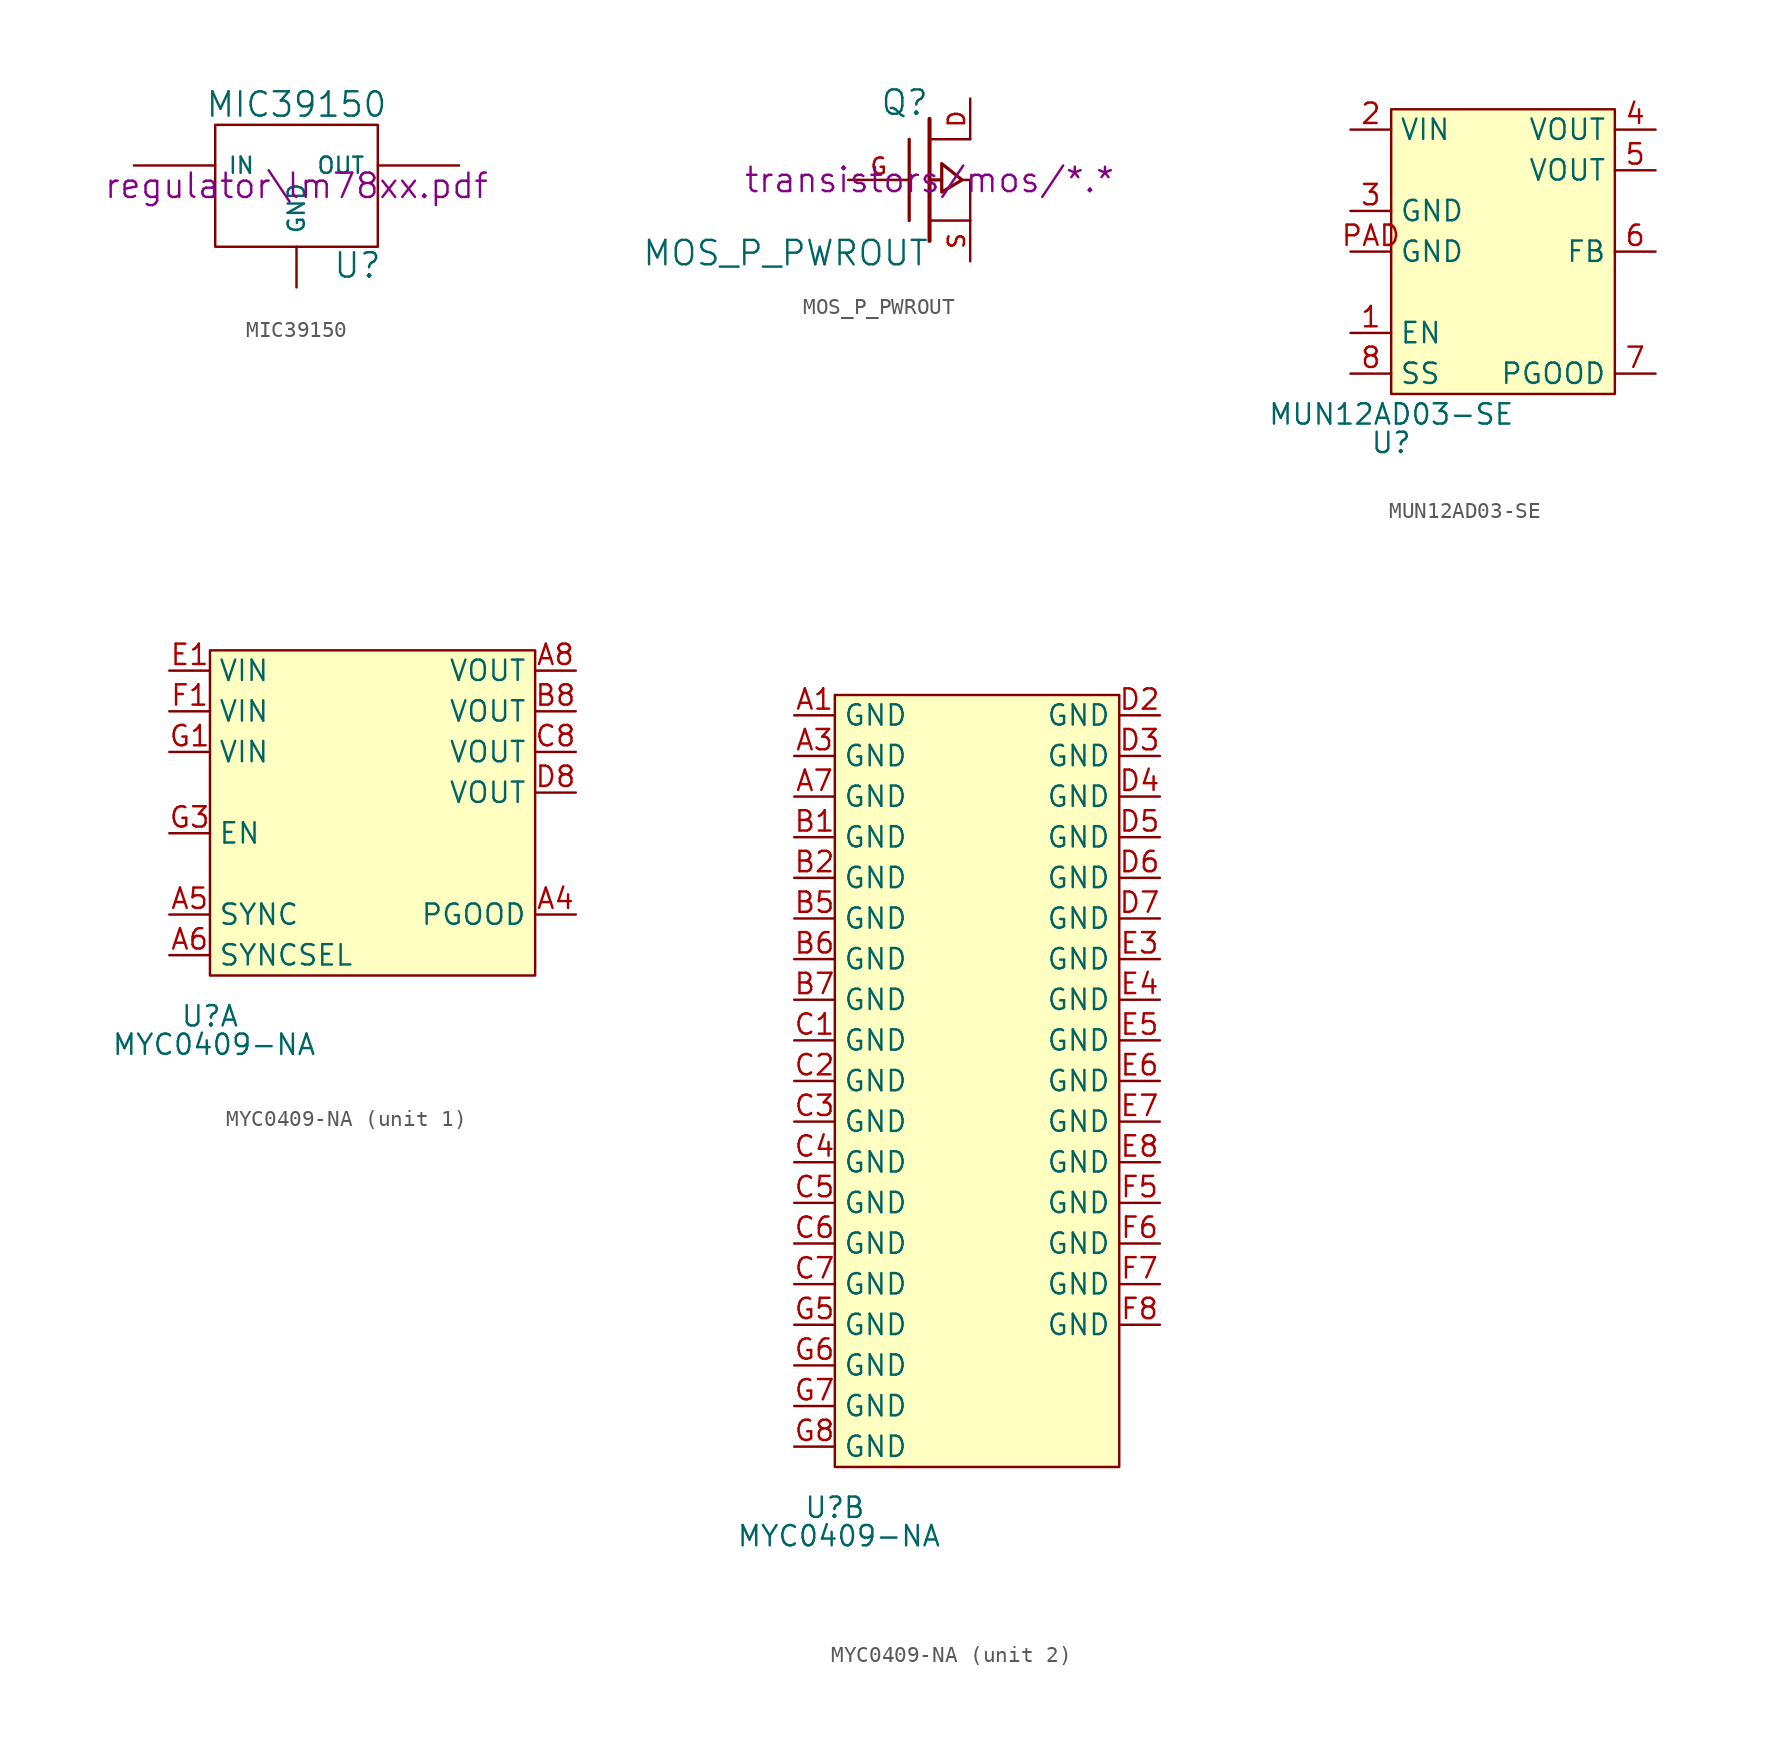
<source format=kicad_sym>
(kicad_symbol_lib
  (version 20231120)
  (generator "kicad_symbol_editor")
  (generator_version "8.0")
  (symbol "MIC39150"
    (pin_numbers hide)
    (pin_names
      (offset 0.762))
    (property "Reference" "U"
      (at 3.81 -4.978 0)
      (effects (font (size 1.524 1.524))))
    (property "Value" "MIC39150"
      (at 0 5.08 0)
      (effects (font (size 1.524 1.524))))
    (property "Footprint" ""
      (at 0 0 0)
      (effects (font (size 1.524 1.524))))
    (property "Datasheet" "regulator\\lm78xx.pdf"
      (at 0 0 0)
      (effects (font (size 1.524 1.524))))
    (symbol "MIC39150_0_1"
      (rectangle (start -5.08 -3.81) (end 5.08 3.81) (stroke (width 0) (type default)) (fill (type none))))
    (symbol "MIC39150_1_1"
      (pin input line (at -10.16 1.27 0) (length 5.08) (name "IN" (effects (font (size 1.016 1.016)))) (number "1" (effects (font (size 1.016 1.016)))))
      (pin input line (at 0 -6.35 90) (length 2.54) (name "GND" (effects (font (size 1.016 1.016)))) (number "2" (effects (font (size 1.016 1.016)))))
      (pin power_out line (at 10.16 1.27 180) (length 5.08) (name "OUT" (effects (font (size 1.016 1.016)))) (number "3" (effects (font (size 1.016 1.016)))))))
  (symbol "MOS_P_PWROUT"
    (pin_names
      (offset 1.016) hide)
    (property "Reference" "Q"
      (at 0 4.826 0)
      (effects (font (size 1.524 1.524)) (justify right)))
    (property "Value" "MOS_P_PWROUT"
      (at 0 -4.572 0)
      (effects (font (size 1.524 1.524)) (justify right)))
    (property "Footprint" ""
      (at 0 0 0)
      (effects (font (size 1.524 1.524))))
    (property "Datasheet" "transistors/mos/*.*"
      (at 0 0 0)
      (effects (font (size 1.524 1.524))))
    (symbol "MOS_P_PWROUT_0_1"
      (polyline (pts (xy -1.27 -2.54) (xy -1.27 2.54)) (stroke (width 0.203) (type default)) (fill (type none)))
      (polyline (pts (xy 0 -3.81) (xy 0 3.81)) (stroke (width 0.254) (type default)) (fill (type none)))
      (polyline (pts (xy 0.762 0) (xy 0 0)) (stroke (width 0.203) (type default)) (fill (type none)))
      (polyline (pts (xy 2.54 -2.54) (xy 0 -2.54)) (stroke (width 0) (type default)) (fill (type none)))
      (polyline (pts (xy 2.54 2.54) (xy 0 2.54)) (stroke (width 0) (type default)) (fill (type none)))
      (polyline (pts (xy 2.032 0) (xy 2.54 0) (xy 2.54 -2.54)) (stroke (width 0) (type default)) (fill (type none)))
      (polyline (pts (xy 0.762 1.016) (xy 0.762 -0.762) (xy 2.032 0) (xy 0.762 1.016) (xy 0.762 1.016)) (stroke (width 0.203) (type default)) (fill (type none))))
    (symbol "MOS_P_PWROUT_1_1"
      (pin power_out line (at 2.54 5.08 270) (length 2.54) (name "D" (effects (font (size 1.016 1.016)))) (number "D" (effects (font (size 1.016 1.016)))))
      (pin input line (at -5.08 0 0) (length 3.81) (name "G" (effects (font (size 1.016 1.016)))) (number "G" (effects (font (size 1.016 1.016)))))
      (pin power_in line (at 2.54 -5.08 90) (length 2.54) (name "S" (effects (font (size 1.016 1.016)))) (number "S" (effects (font (size 1.016 1.016)))))))
  (symbol "MUN12AD03-SE"
    (property "Reference" "U"
      (at 0 -3.048 0)
      (effects (font (size 1.27 1.27))))
    (property "Value" "MUN12AD03-SE"
      (at 0 -1.27 0)
      (effects (font (size 1.27 1.27))))
    (symbol "MUN12AD03-SE_1_1"
      (rectangle (start 0 17.78) (end 13.97 0) (stroke (width 0) (type default)) (fill (type background)))
      (pin input line (at -2.54 3.81 0) (length 2.54) (name "EN" (effects (font (size 1.27 1.27)))) (number "1" (effects (font (size 1.27 1.27)))))
      (pin power_in line (at -2.54 16.51 0) (length 2.54) (name "VIN" (effects (font (size 1.27 1.27)))) (number "2" (effects (font (size 1.27 1.27)))))
      (pin power_in line (at -2.54 11.43 0) (length 2.54) (name "GND" (effects (font (size 1.27 1.27)))) (number "3" (effects (font (size 1.27 1.27)))))
      (pin power_out line (at 16.51 16.51 180) (length 2.54) (name "VOUT" (effects (font (size 1.27 1.27)))) (number "4" (effects (font (size 1.27 1.27)))))
      (pin power_in line (at 16.51 13.97 180) (length 2.54) (name "VOUT" (effects (font (size 1.27 1.27)))) (number "5" (effects (font (size 1.27 1.27)))))
      (pin input line (at 16.51 8.89 180) (length 2.54) (name "FB" (effects (font (size 1.27 1.27)))) (number "6" (effects (font (size 1.27 1.27)))))
      (pin open_collector line (at 16.51 1.27 180) (length 2.54) (name "PGOOD" (effects (font (size 1.27 1.27)))) (number "7" (effects (font (size 1.27 1.27)))))
      (pin input line (at -2.54 1.27 0) (length 2.54) (name "SS" (effects (font (size 1.27 1.27)))) (number "8" (effects (font (size 1.27 1.27)))))
      (pin power_in line (at -2.54 8.89 0) (length 2.54) (name "GND" (effects (font (size 1.27 1.27)))) (number "PAD" (effects (font (size 1.27 1.27)))))))
  (symbol "MYC0409-NA"
    (property "Reference" "U"
      (at 0 -2.54 0)
      (effects (font (size 1.27 1.27))))
    (property "Value" "MYC0409-NA"
      (at 0.254 -4.318 0)
      (effects (font (size 1.27 1.27))))
    (property "ki_locked" ""
      (at 0 0 0)
      (effects (font (size 1.27 1.27))))
    (symbol "MYC0409-NA_1_1"
      (rectangle (start 0 20.32) (end 20.32 0) (stroke (width 0) (type default)) (fill (type background)))
      (pin output line (at 22.86 3.81 180) (length 2.54) (name "PGOOD" (effects (font (size 1.27 1.27)))) (number "A4" (effects (font (size 1.27 1.27)))))
      (pin bidirectional line (at -2.54 3.81 0) (length 2.54) (name "SYNC" (effects (font (size 1.27 1.27)))) (number "A5" (effects (font (size 1.27 1.27)))))
      (pin input line (at -2.54 1.27 0) (length 2.54) (name "SYNCSEL" (effects (font (size 1.27 1.27)))) (number "A6" (effects (font (size 1.27 1.27)))))
      (pin power_out line (at 22.86 19.05 180) (length 2.54) (name "VOUT" (effects (font (size 1.27 1.27)))) (number "A8" (effects (font (size 1.27 1.27)))))
      (pin power_in line (at 22.86 16.51 180) (length 2.54) (name "VOUT" (effects (font (size 1.27 1.27)))) (number "B8" (effects (font (size 1.27 1.27)))))
      (pin power_in line (at 22.86 13.97 180) (length 2.54) (name "VOUT" (effects (font (size 1.27 1.27)))) (number "C8" (effects (font (size 1.27 1.27)))))
      (pin power_in line (at 22.86 11.43 180) (length 2.54) (name "VOUT" (effects (font (size 1.27 1.27)))) (number "D8" (effects (font (size 1.27 1.27)))))
      (pin power_in line (at -2.54 19.05 0) (length 2.54) (name "VIN" (effects (font (size 1.27 1.27)))) (number "E1" (effects (font (size 1.27 1.27)))))
      (pin power_in line (at -2.54 16.51 0) (length 2.54) (name "VIN" (effects (font (size 1.27 1.27)))) (number "F1" (effects (font (size 1.27 1.27)))))
      (pin power_in line (at -2.54 13.97 0) (length 2.54) (name "VIN" (effects (font (size 1.27 1.27)))) (number "G1" (effects (font (size 1.27 1.27)))))
      (pin input line (at -2.54 8.89 0) (length 2.54) (name "EN" (effects (font (size 1.27 1.27)))) (number "G3" (effects (font (size 1.27 1.27))))))
    (symbol "MYC0409-NA_2_1"
      (rectangle (start 0 48.26) (end 17.78 0) (stroke (width 0) (type default)) (fill (type background)))
      (pin power_in line (at -2.54 46.99 0) (length 2.54) (name "GND" (effects (font (size 1.27 1.27)))) (number "A1" (effects (font (size 1.27 1.27)))))
      (pin power_in line (at -2.54 44.45 0) (length 2.54) (name "GND" (effects (font (size 1.27 1.27)))) (number "A3" (effects (font (size 1.27 1.27)))))
      (pin power_in line (at -2.54 41.91 0) (length 2.54) (name "GND" (effects (font (size 1.27 1.27)))) (number "A7" (effects (font (size 1.27 1.27)))))
      (pin power_in line (at -2.54 39.37 0) (length 2.54) (name "GND" (effects (font (size 1.27 1.27)))) (number "B1" (effects (font (size 1.27 1.27)))))
      (pin power_in line (at -2.54 36.83 0) (length 2.54) (name "GND" (effects (font (size 1.27 1.27)))) (number "B2" (effects (font (size 1.27 1.27)))))
      (pin power_in line (at -2.54 34.29 0) (length 2.54) (name "GND" (effects (font (size 1.27 1.27)))) (number "B5" (effects (font (size 1.27 1.27)))))
      (pin power_in line (at -2.54 31.75 0) (length 2.54) (name "GND" (effects (font (size 1.27 1.27)))) (number "B6" (effects (font (size 1.27 1.27)))))
      (pin power_in line (at -2.54 29.21 0) (length 2.54) (name "GND" (effects (font (size 1.27 1.27)))) (number "B7" (effects (font (size 1.27 1.27)))))
      (pin power_in line (at -2.54 26.67 0) (length 2.54) (name "GND" (effects (font (size 1.27 1.27)))) (number "C1" (effects (font (size 1.27 1.27)))))
      (pin power_in line (at -2.54 24.13 0) (length 2.54) (name "GND" (effects (font (size 1.27 1.27)))) (number "C2" (effects (font (size 1.27 1.27)))))
      (pin power_in line (at -2.54 21.59 0) (length 2.54) (name "GND" (effects (font (size 1.27 1.27)))) (number "C3" (effects (font (size 1.27 1.27)))))
      (pin power_in line (at -2.54 19.05 0) (length 2.54) (name "GND" (effects (font (size 1.27 1.27)))) (number "C4" (effects (font (size 1.27 1.27)))))
      (pin power_in line (at -2.54 16.51 0) (length 2.54) (name "GND" (effects (font (size 1.27 1.27)))) (number "C5" (effects (font (size 1.27 1.27)))))
      (pin power_in line (at -2.54 13.97 0) (length 2.54) (name "GND" (effects (font (size 1.27 1.27)))) (number "C6" (effects (font (size 1.27 1.27)))))
      (pin power_in line (at -2.54 11.43 0) (length 2.54) (name "GND" (effects (font (size 1.27 1.27)))) (number "C7" (effects (font (size 1.27 1.27)))))
      (pin power_in line (at 20.32 46.99 180) (length 2.54) (name "GND" (effects (font (size 1.27 1.27)))) (number "D2" (effects (font (size 1.27 1.27)))))
      (pin power_in line (at 20.32 44.45 180) (length 2.54) (name "GND" (effects (font (size 1.27 1.27)))) (number "D3" (effects (font (size 1.27 1.27)))))
      (pin power_in line (at 20.32 41.91 180) (length 2.54) (name "GND" (effects (font (size 1.27 1.27)))) (number "D4" (effects (font (size 1.27 1.27)))))
      (pin power_in line (at 20.32 39.37 180) (length 2.54) (name "GND" (effects (font (size 1.27 1.27)))) (number "D5" (effects (font (size 1.27 1.27)))))
      (pin power_in line (at 20.32 36.83 180) (length 2.54) (name "GND" (effects (font (size 1.27 1.27)))) (number "D6" (effects (font (size 1.27 1.27)))))
      (pin power_in line (at 20.32 34.29 180) (length 2.54) (name "GND" (effects (font (size 1.27 1.27)))) (number "D7" (effects (font (size 1.27 1.27)))))
      (pin power_in line (at 20.32 31.75 180) (length 2.54) (name "GND" (effects (font (size 1.27 1.27)))) (number "E3" (effects (font (size 1.27 1.27)))))
      (pin power_in line (at 20.32 29.21 180) (length 2.54) (name "GND" (effects (font (size 1.27 1.27)))) (number "E4" (effects (font (size 1.27 1.27)))))
      (pin power_in line (at 20.32 26.67 180) (length 2.54) (name "GND" (effects (font (size 1.27 1.27)))) (number "E5" (effects (font (size 1.27 1.27)))))
      (pin power_in line (at 20.32 24.13 180) (length 2.54) (name "GND" (effects (font (size 1.27 1.27)))) (number "E6" (effects (font (size 1.27 1.27)))))
      (pin power_in line (at 20.32 21.59 180) (length 2.54) (name "GND" (effects (font (size 1.27 1.27)))) (number "E7" (effects (font (size 1.27 1.27)))))
      (pin power_in line (at 20.32 19.05 180) (length 2.54) (name "GND" (effects (font (size 1.27 1.27)))) (number "E8" (effects (font (size 1.27 1.27)))))
      (pin power_in line (at 20.32 16.51 180) (length 2.54) (name "GND" (effects (font (size 1.27 1.27)))) (number "F5" (effects (font (size 1.27 1.27)))))
      (pin power_in line (at 20.32 13.97 180) (length 2.54) (name "GND" (effects (font (size 1.27 1.27)))) (number "F6" (effects (font (size 1.27 1.27)))))
      (pin power_in line (at 20.32 11.43 180) (length 2.54) (name "GND" (effects (font (size 1.27 1.27)))) (number "F7" (effects (font (size 1.27 1.27)))))
      (pin power_in line (at 20.32 8.89 180) (length 2.54) (name "GND" (effects (font (size 1.27 1.27)))) (number "F8" (effects (font (size 1.27 1.27)))))
      (pin power_in line (at -2.54 8.89 0) (length 2.54) (name "GND" (effects (font (size 1.27 1.27)))) (number "G5" (effects (font (size 1.27 1.27)))))
      (pin power_in line (at -2.54 6.35 0) (length 2.54) (name "GND" (effects (font (size 1.27 1.27)))) (number "G6" (effects (font (size 1.27 1.27)))))
      (pin power_in line (at -2.54 3.81 0) (length 2.54) (name "GND" (effects (font (size 1.27 1.27)))) (number "G7" (effects (font (size 1.27 1.27)))))
      (pin power_in line (at -2.54 1.27 0) (length 2.54) (name "GND" (effects (font (size 1.27 1.27)))) (number "G8" (effects (font (size 1.27 1.27))))))))
</source>
